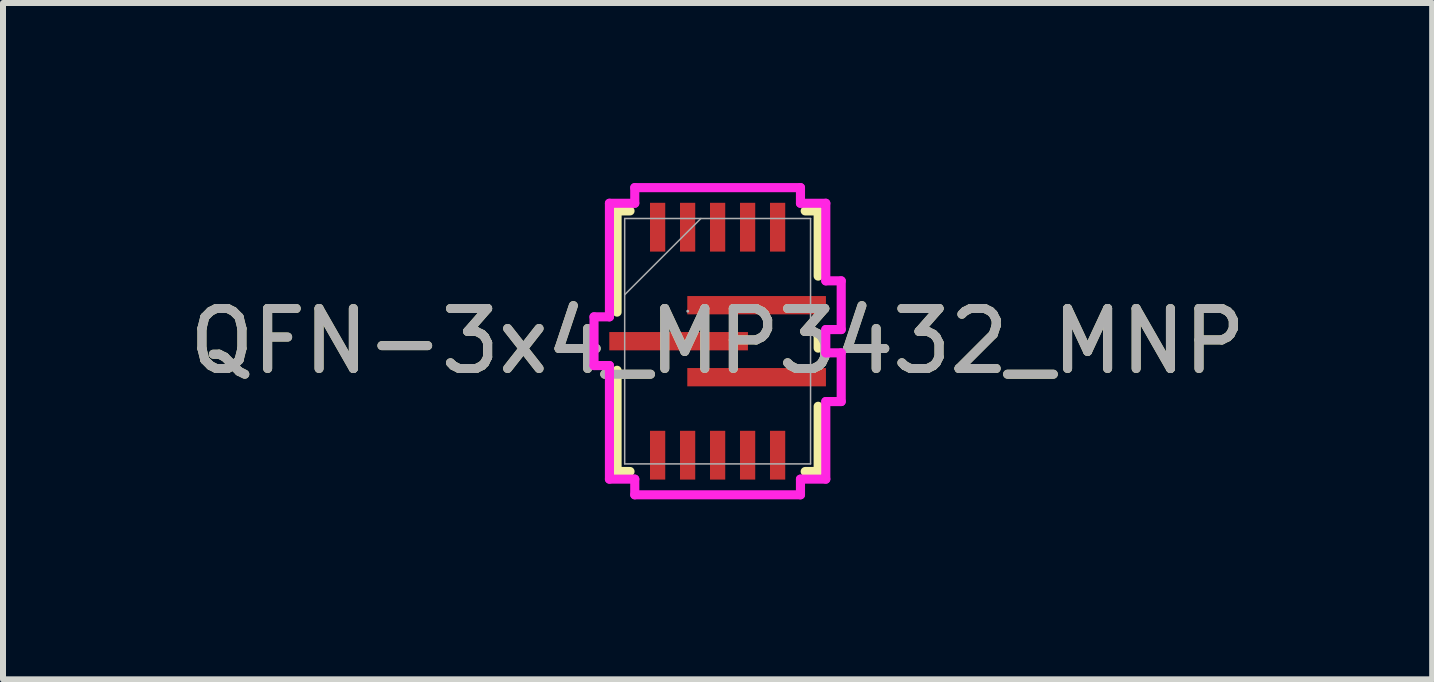
<source format=kicad_pcb>
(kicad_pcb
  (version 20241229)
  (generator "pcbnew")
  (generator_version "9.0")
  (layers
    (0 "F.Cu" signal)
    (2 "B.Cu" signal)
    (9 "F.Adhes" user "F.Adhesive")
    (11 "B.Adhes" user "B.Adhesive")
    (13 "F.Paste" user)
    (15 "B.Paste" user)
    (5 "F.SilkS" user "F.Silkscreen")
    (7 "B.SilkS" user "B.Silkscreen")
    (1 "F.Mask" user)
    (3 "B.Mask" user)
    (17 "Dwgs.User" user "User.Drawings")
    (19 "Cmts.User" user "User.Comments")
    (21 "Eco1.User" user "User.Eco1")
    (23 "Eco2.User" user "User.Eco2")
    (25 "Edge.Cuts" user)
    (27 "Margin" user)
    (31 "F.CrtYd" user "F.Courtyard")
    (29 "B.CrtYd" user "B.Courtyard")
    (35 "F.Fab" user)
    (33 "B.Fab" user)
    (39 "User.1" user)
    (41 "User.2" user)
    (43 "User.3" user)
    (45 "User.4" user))
  (footprint "QFN-3x4_MP3432_MNP"
    (layer "F.Cu")
    (at 8.911 2.637)
    (property "Reference" "QFN-3x4_MP3432_MNP" (at 0 0 0) (unlocked yes) (layer "F.SilkS") (effects (font (size 1 1) (thickness 0.15))))
    (attr smd)
    (fp_line (start -1.676 -2.172) (end -1.46 -2.172) (stroke (width 0.152) (type solid)) (layer "F.SilkS"))
    (fp_line (start -1.676 -0.485) (end -1.676 -2.172) (stroke (width 0.152) (type solid)) (layer "F.SilkS"))
    (fp_line (start -1.676 2.172) (end -1.676 0.485) (stroke (width 0.152) (type solid)) (layer "F.SilkS"))
    (fp_line (start -1.46 2.172) (end -1.676 2.172) (stroke (width 0.152) (type solid)) (layer "F.SilkS"))
    (fp_line (start 1.46 -2.172) (end 1.676 -2.172) (stroke (width 0.152) (type solid)) (layer "F.SilkS"))
    (fp_line (start 1.676 -2.172) (end 1.676 -1.085) (stroke (width 0.152) (type solid)) (layer "F.SilkS"))
    (fp_line (start 1.676 -0.115) (end 1.676 0.115) (stroke (width 0.152) (type solid)) (layer "F.SilkS"))
    (fp_line (start 1.676 1.085) (end 1.676 2.172) (stroke (width 0.152) (type solid)) (layer "F.SilkS"))
    (fp_line (start 1.676 2.172) (end 1.46 2.172) (stroke (width 0.152) (type solid)) (layer "F.SilkS"))
    (fp_line (start -2.06 -0.406) (end -2.06 0.406) (stroke (width 0.152) (type solid)) (layer "F.CrtYd"))
    (fp_line (start -2.06 0.406) (end -1.803 0.406) (stroke (width 0.152) (type solid)) (layer "F.CrtYd"))
    (fp_line (start -1.803 -2.299) (end -1.803 -0.406) (stroke (width 0.152) (type solid)) (layer "F.CrtYd"))
    (fp_line (start -1.803 -0.406) (end -2.06 -0.406) (stroke (width 0.152) (type solid)) (layer "F.CrtYd"))
    (fp_line (start -1.803 0.406) (end -1.803 2.299) (stroke (width 0.152) (type solid)) (layer "F.CrtYd"))
    (fp_line (start -1.803 2.299) (end -1.381 2.299) (stroke (width 0.152) (type solid)) (layer "F.CrtYd"))
    (fp_line (start -1.381 -2.56) (end -1.381 -2.299) (stroke (width 0.152) (type solid)) (layer "F.CrtYd"))
    (fp_line (start -1.381 -2.299) (end -1.803 -2.299) (stroke (width 0.152) (type solid)) (layer "F.CrtYd"))
    (fp_line (start -1.381 2.299) (end -1.381 2.56) (stroke (width 0.152) (type solid)) (layer "F.CrtYd"))
    (fp_line (start -1.381 2.56) (end 1.381 2.56) (stroke (width 0.152) (type solid)) (layer "F.CrtYd"))
    (fp_line (start 1.381 -2.56) (end -1.381 -2.56) (stroke (width 0.152) (type solid)) (layer "F.CrtYd"))
    (fp_line (start 1.381 -2.299) (end 1.381 -2.56) (stroke (width 0.152) (type solid)) (layer "F.CrtYd"))
    (fp_line (start 1.381 2.299) (end 1.803 2.299) (stroke (width 0.152) (type solid)) (layer "F.CrtYd"))
    (fp_line (start 1.381 2.56) (end 1.381 2.299) (stroke (width 0.152) (type solid)) (layer "F.CrtYd"))
    (fp_line (start 1.803 -2.299) (end 1.381 -2.299) (stroke (width 0.152) (type solid)) (layer "F.CrtYd"))
    (fp_line (start 1.803 -1.006) (end 1.803 -2.299) (stroke (width 0.152) (type solid)) (layer "F.CrtYd"))
    (fp_line (start 1.803 -0.194) (end 2.06 -0.194) (stroke (width 0.152) (type solid)) (layer "F.CrtYd"))
    (fp_line (start 1.803 0.194) (end 1.803 -0.194) (stroke (width 0.152) (type solid)) (layer "F.CrtYd"))
    (fp_line (start 1.803 1.006) (end 2.06 1.006) (stroke (width 0.152) (type solid)) (layer "F.CrtYd"))
    (fp_line (start 1.803 2.299) (end 1.803 1.006) (stroke (width 0.152) (type solid)) (layer "F.CrtYd"))
    (fp_line (start 2.06 -1.006) (end 1.803 -1.006) (stroke (width 0.152) (type solid)) (layer "F.CrtYd"))
    (fp_line (start 2.06 -0.194) (end 2.06 -1.006) (stroke (width 0.152) (type solid)) (layer "F.CrtYd"))
    (fp_line (start 2.06 0.194) (end 1.803 0.194) (stroke (width 0.152) (type solid)) (layer "F.CrtYd"))
    (fp_line (start 2.06 1.006) (end 2.06 0.194) (stroke (width 0.152) (type solid)) (layer "F.CrtYd"))
    (fp_line (start -1.549 -2.045) (end -1.549 2.045) (stroke (width 0.025) (type solid)) (layer "F.Fab"))
    (fp_line (start -1.549 -0.775) (end -0.279 -2.045) (stroke (width 0.025) (type solid)) (layer "F.Fab"))
    (fp_line (start -1.549 2.045) (end 1.549 2.045) (stroke (width 0.025) (type solid)) (layer "F.Fab"))
    (fp_line (start 1.549 -2.045) (end -1.549 -2.045) (stroke (width 0.025) (type solid)) (layer "F.Fab"))
    (fp_line (start 1.549 2.045) (end 1.549 -2.045) (stroke (width 0.025) (type solid)) (layer "F.Fab"))
    (fp_circle (center -0.498 -0.5) (end -0.498 -0.5) (stroke (width 0.025) (type solid)) (fill no) (layer "F.Fab"))
    (fp_text user "${REFERENCE}" (at 0 0 0) (unlocked yes) (layer "F.Fab") (effects (font (size 1 1) (thickness 0.15))))
    (pad "1" smd rect (at -0.65 0) (size 2.311 0.305) (layers "F.Cu" "F.Mask" "F.Paste"))
    (pad "2" smd rect (at -1 1.9 90) (size 0.813 0.254) (layers "F.Cu" "F.Mask" "F.Paste"))
    (pad "3" smd rect (at -0.5 1.9 90) (size 0.813 0.254) (layers "F.Cu" "F.Mask" "F.Paste"))
    (pad "4" smd rect (at 0 1.9 90) (size 0.813 0.254) (layers "F.Cu" "F.Mask" "F.Paste"))
    (pad "5" smd rect (at 0.5 1.9 90) (size 0.813 0.254) (layers "F.Cu" "F.Mask" "F.Paste"))
    (pad "6" smd rect (at 1 1.9 90) (size 0.813 0.254) (layers "F.Cu" "F.Mask" "F.Paste"))
    (pad "7" smd rect (at 0.65 0.6) (size 2.311 0.305) (layers "F.Cu" "F.Mask" "F.Paste"))
    (pad "8" smd rect (at 0.65 -0.6) (size 2.311 0.305) (layers "F.Cu" "F.Mask" "F.Paste"))
    (pad "9" smd rect (at 1 -1.9 90) (size 0.813 0.254) (layers "F.Cu" "F.Mask" "F.Paste"))
    (pad "10" smd rect (at 0.5 -1.9 90) (size 0.813 0.254) (layers "F.Cu" "F.Mask" "F.Paste"))
    (pad "11" smd rect (at 0 -1.9 90) (size 0.813 0.254) (layers "F.Cu" "F.Mask" "F.Paste"))
    (pad "12" smd rect (at -0.5 -1.9 90) (size 0.813 0.254) (layers "F.Cu" "F.Mask" "F.Paste"))
    (pad "13" smd rect (at -1 -1.9 90) (size 0.813 0.254) (layers "F.Cu" "F.Mask" "F.Paste")))
  (gr_rect
    (start -3 -3)
    (end 20.821 8.273)
    (stroke (width 0.1) (type default))
    (fill no)
    (layer "Edge.Cuts")))
</source>
